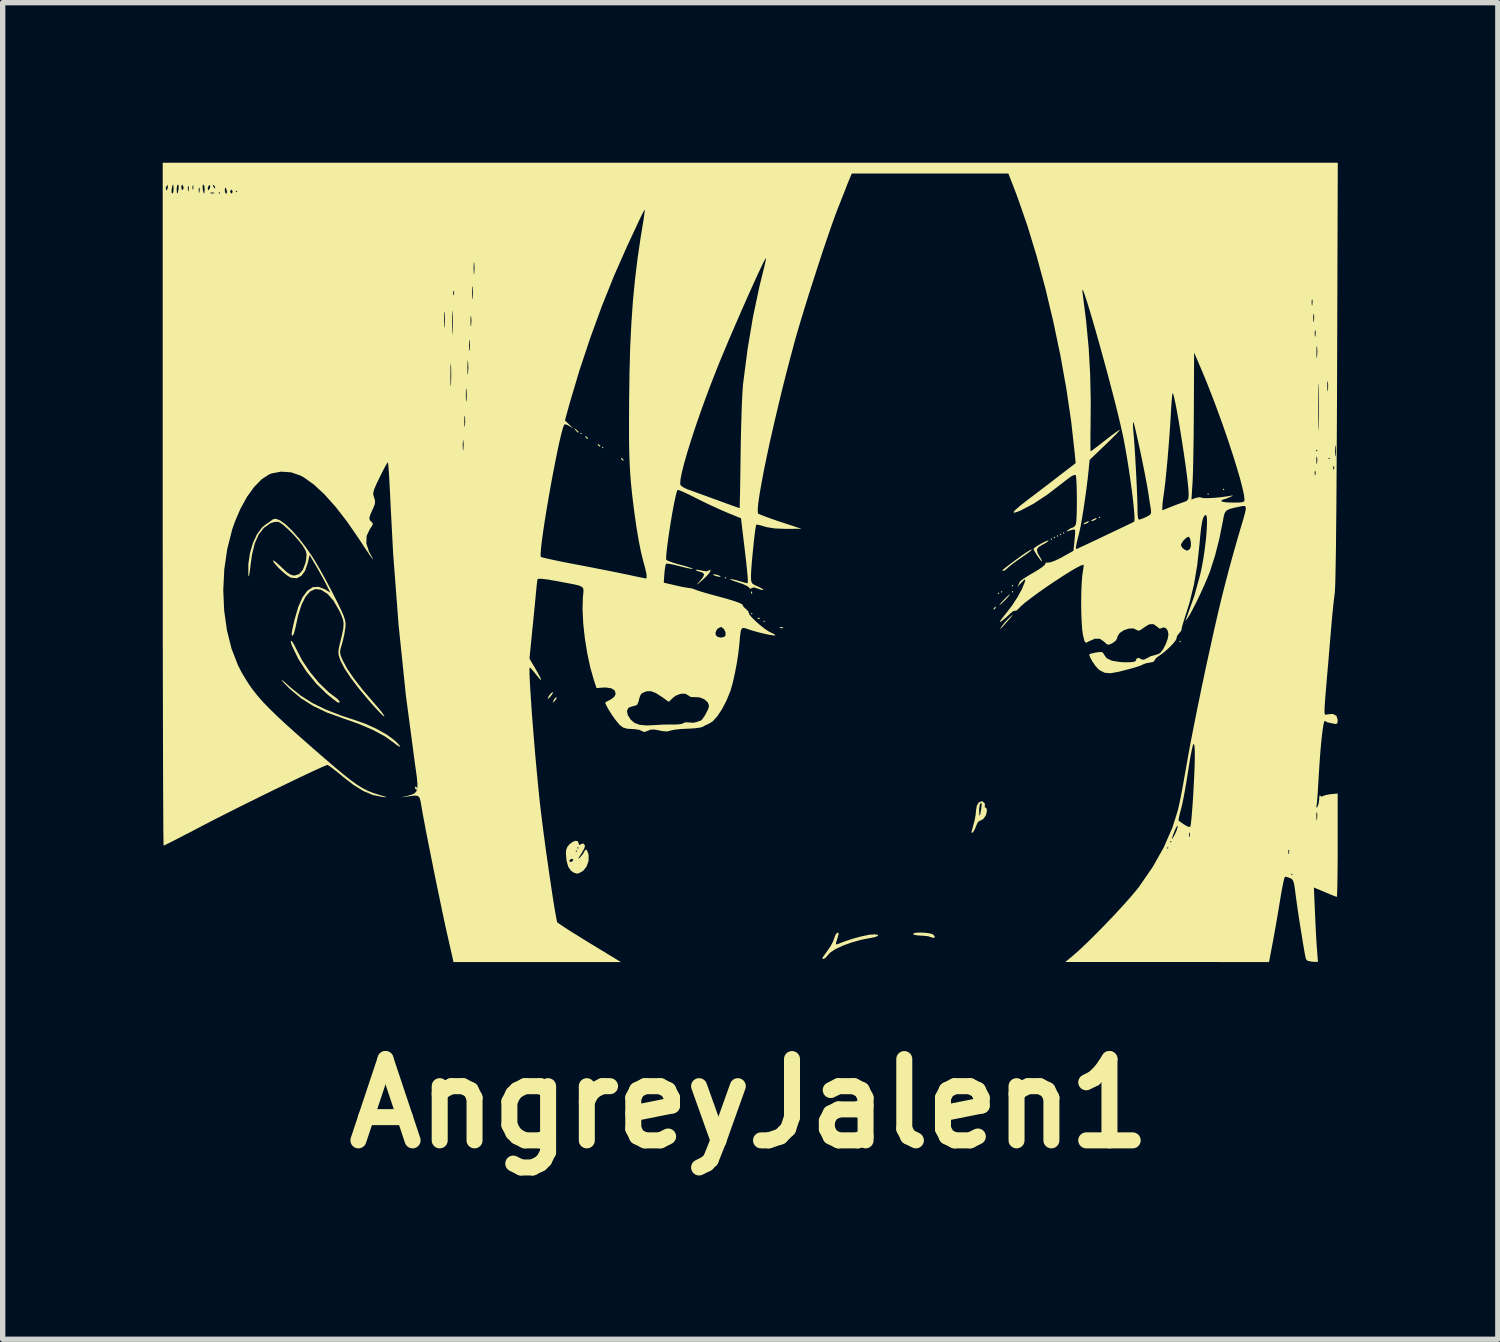
<source format=kicad_pcb>
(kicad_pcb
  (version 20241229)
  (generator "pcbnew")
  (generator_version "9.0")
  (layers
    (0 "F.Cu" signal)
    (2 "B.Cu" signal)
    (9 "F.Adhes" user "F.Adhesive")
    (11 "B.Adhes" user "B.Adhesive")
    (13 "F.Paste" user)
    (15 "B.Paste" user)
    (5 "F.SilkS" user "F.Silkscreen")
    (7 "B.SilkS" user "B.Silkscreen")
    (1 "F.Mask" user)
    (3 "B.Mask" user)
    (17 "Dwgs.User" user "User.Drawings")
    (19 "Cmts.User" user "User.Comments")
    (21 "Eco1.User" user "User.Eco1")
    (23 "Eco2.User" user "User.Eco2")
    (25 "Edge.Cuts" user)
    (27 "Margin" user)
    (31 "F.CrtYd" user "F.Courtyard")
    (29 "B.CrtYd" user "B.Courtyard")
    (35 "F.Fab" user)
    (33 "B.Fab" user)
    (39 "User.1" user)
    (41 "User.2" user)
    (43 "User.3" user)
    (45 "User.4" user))
  (footprint "AngreyJalen1"
    (layer "F.Cu")
    (at 10.998 7.477)
    (property "Reference" "AngreyJalen1" (at 0 10.16 0) (layer "F.SilkS") (effects (font (size 1.524 1.524) (thickness 0.3))))
    (attr board_only exclude_from_pos_files exclude_from_bom)
    (fp_poly (pts (xy -3.142 -2.4) (xy -3.157 -2.386) (xy -3.171 -2.4) (xy -3.157 -2.415)) (stroke (width 0) (type solid)) (fill yes) (layer "F.SilkS"))
    (fp_poly (pts (xy -2.735 -2.138) (xy -2.749 -2.124) (xy -2.764 -2.138) (xy -2.749 -2.153)) (stroke (width 0) (type solid)) (fill yes) (layer "F.SilkS"))
    (fp_poly (pts (xy -0.436 0.305) (xy -0.451 0.32) (xy -0.466 0.305) (xy -0.451 0.291)) (stroke (width 0) (type solid)) (fill yes) (layer "F.SilkS"))
    (fp_poly (pts (xy 0.058 0.975) (xy 0.044 0.989) (xy 0.029 0.975) (xy 0.044 0.96)) (stroke (width 0) (type solid)) (fill yes) (layer "F.SilkS"))
    (fp_poly (pts (xy 0.291 1.12) (xy 0.276 1.135) (xy 0.262 1.12) (xy 0.276 1.106)) (stroke (width 0) (type solid)) (fill yes) (layer "F.SilkS"))
    (fp_poly (pts (xy 4.684 0.596) (xy 4.67 0.611) (xy 4.655 0.596) (xy 4.67 0.582)) (stroke (width 0) (type solid)) (fill yes) (layer "F.SilkS"))
    (fp_poly (pts (xy 4.742 0.567) (xy 4.728 0.582) (xy 4.713 0.567) (xy 4.728 0.553)) (stroke (width 0) (type solid)) (fill yes) (layer "F.SilkS"))
    (fp_poly (pts (xy 4.946 0.451) (xy 4.932 0.466) (xy 4.917 0.451) (xy 4.932 0.436)) (stroke (width 0) (type solid)) (fill yes) (layer "F.SilkS"))
    (fp_poly (pts (xy 4.946 0.567) (xy 4.932 0.582) (xy 4.917 0.567) (xy 4.932 0.553)) (stroke (width 0) (type solid)) (fill yes) (layer "F.SilkS"))
    (fp_poly (pts (xy 5.674 -0.422) (xy 5.659 -0.407) (xy 5.644 -0.422) (xy 5.659 -0.436)) (stroke (width 0) (type solid)) (fill yes) (layer "F.SilkS"))
    (fp_poly (pts (xy 5.732 -0.451) (xy 5.717 -0.436) (xy 5.703 -0.451) (xy 5.717 -0.466)) (stroke (width 0) (type solid)) (fill yes) (layer "F.SilkS"))
    (fp_poly (pts (xy 5.79 -0.48) (xy 5.775 -0.466) (xy 5.761 -0.48) (xy 5.775 -0.495)) (stroke (width 0) (type solid)) (fill yes) (layer "F.SilkS"))
    (fp_poly (pts (xy 5.848 -0.509) (xy 5.834 -0.495) (xy 5.819 -0.509) (xy 5.834 -0.524)) (stroke (width 0) (type solid)) (fill yes) (layer "F.SilkS"))
    (fp_poly (pts (xy 5.906 -0.538) (xy 5.892 -0.524) (xy 5.877 -0.538) (xy 5.892 -0.553)) (stroke (width 0) (type solid)) (fill yes) (layer "F.SilkS"))
    (fp_poly (pts (xy 6.575 -0.829) (xy 6.561 -0.815) (xy 6.546 -0.829) (xy 6.561 -0.844)) (stroke (width 0) (type solid)) (fill yes) (layer "F.SilkS"))
    (fp_poly (pts (xy 8.088 1.498) (xy 8.074 1.513) (xy 8.059 1.498) (xy 8.074 1.484)) (stroke (width 0) (type solid)) (fill yes) (layer "F.SilkS"))
    (fp_poly (pts (xy 8.612 -1.266) (xy 8.598 -1.251) (xy 8.583 -1.266) (xy 8.598 -1.28)) (stroke (width 0) (type solid)) (fill yes) (layer "F.SilkS"))
    (fp_poly (pts (xy 8.903 -1.353) (xy 8.889 -1.338) (xy 8.874 -1.353) (xy 8.889 -1.367)) (stroke (width 0) (type solid)) (fill yes) (layer "F.SilkS"))
    (fp_poly (pts (xy 0.048 0.563) (xy 0.052 0.597) (xy 0.048 0.601) (xy 0.031 0.597) (xy 0.029 0.582) (xy 0.04 0.558)) (stroke (width 0) (type solid)) (fill yes) (layer "F.SilkS"))
    (fp_poly (pts (xy 0.194 1.057) (xy 0.19 1.074) (xy 0.175 1.077) (xy 0.151 1.066) (xy 0.155 1.057) (xy 0.19 1.054)) (stroke (width 0) (type solid)) (fill yes) (layer "F.SilkS"))
    (fp_poly (pts (xy 0.632 1.234) (xy 0.624 1.247) (xy 0.594 1.249) (xy 0.563 1.242) (xy 0.576 1.231) (xy 0.622 1.228)) (stroke (width 0) (type solid)) (fill yes) (layer "F.SilkS"))
    (fp_poly (pts (xy -3.619 2.575) (xy -3.649 2.612) (xy -3.685 2.644) (xy -3.686 2.633) (xy -3.667 2.594) (xy -3.636 2.55) (xy -3.614 2.544)) (stroke (width 0) (type solid)) (fill yes) (layer "F.SilkS"))
    (fp_poly (pts (xy -3.059 -2.345) (xy -3.028 -2.318) (xy -3.026 -2.311) (xy -3.04 -2.299) (xy -3.068 -2.326) (xy -3.072 -2.332) (xy -3.076 -2.352)) (stroke (width 0) (type solid)) (fill yes) (layer "F.SilkS"))
    (fp_poly (pts (xy -2.827 -2.199) (xy -2.796 -2.172) (xy -2.793 -2.166) (xy -2.807 -2.154) (xy -2.836 -2.181) (xy -2.84 -2.187) (xy -2.843 -2.207)) (stroke (width 0) (type solid)) (fill yes) (layer "F.SilkS"))
    (fp_poly (pts (xy -2.39 -1.938) (xy -2.359 -1.908) (xy -2.365 -1.891) (xy -2.37 -1.891) (xy -2.394 -1.912) (xy -2.403 -1.925) (xy -2.407 -1.945)) (stroke (width 0) (type solid)) (fill yes) (layer "F.SilkS"))
    (fp_poly (pts (xy -6.228 4.24) (xy -6.226 4.248) (xy -6.236 4.276) (xy -6.239 4.277) (xy -6.264 4.257) (xy -6.27 4.248) (xy -6.268 4.221) (xy -6.257 4.219)) (stroke (width 0) (type solid)) (fill yes) (layer "F.SilkS"))
    (fp_poly (pts (xy -3.272 -2.493) (xy -3.251 -2.477) (xy -3.211 -2.441) (xy -3.2 -2.426) (xy -3.215 -2.417) (xy -3.253 -2.455) (xy -3.262 -2.466) (xy -3.288 -2.5)) (stroke (width 0) (type solid)) (fill yes) (layer "F.SilkS"))
    (fp_poly (pts (xy -0.607 0.248) (xy -0.567 0.262) (xy -0.536 0.281) (xy -0.553 0.287) (xy -0.615 0.276) (xy -0.655 0.262) (xy -0.686 0.243) (xy -0.669 0.237)) (stroke (width 0) (type solid)) (fill yes) (layer "F.SilkS"))
    (fp_poly (pts (xy 4.617 0.863) (xy 4.612 0.873) (xy 4.584 0.901) (xy 4.579 0.902) (xy 4.577 0.883) (xy 4.582 0.873) (xy 4.61 0.845) (xy 4.615 0.844)) (stroke (width 0) (type solid)) (fill yes) (layer "F.SilkS"))
    (fp_poly (pts (xy 6.362 -0.744) (xy 6.343 -0.727) (xy 6.29 -0.703) (xy 6.27 -0.699) (xy 6.265 -0.711) (xy 6.285 -0.727) (xy 6.338 -0.752) (xy 6.357 -0.756)) (stroke (width 0) (type solid)) (fill yes) (layer "F.SilkS"))
    (fp_poly (pts (xy 6.508 -0.802) (xy 6.488 -0.786) (xy 6.435 -0.761) (xy 6.415 -0.757) (xy 6.41 -0.769) (xy 6.43 -0.786) (xy 6.483 -0.81) (xy 6.503 -0.814)) (stroke (width 0) (type solid)) (fill yes) (layer "F.SilkS"))
    (fp_poly (pts (xy -3.691 2.475) (xy -3.726 2.526) (xy -3.727 2.527) (xy -3.765 2.567) (xy -3.781 2.572) (xy -3.781 2.571) (xy -3.766 2.531) (xy -3.733 2.484) (xy -3.699 2.45) (xy -3.683 2.446)) (stroke (width 0) (type solid)) (fill yes) (layer "F.SilkS"))
    (fp_poly (pts (xy 4.875 0.629) (xy 4.835 0.677) (xy 4.801 0.713) (xy 4.741 0.772) (xy 4.698 0.809) (xy 4.687 0.815) (xy 4.697 0.796) (xy 4.738 0.749) (xy 4.772 0.713) (xy 4.832 0.654) (xy 4.874 0.617) (xy 4.885 0.611)) (stroke (width 0) (type solid)) (fill yes) (layer "F.SilkS"))
    (fp_poly (pts (xy 4.936 1.001) (xy 4.901 1.045) (xy 4.861 1.091) (xy 4.773 1.191) (xy 4.719 1.249) (xy 4.698 1.268) (xy 4.707 1.249) (xy 4.735 1.207) (xy 4.797 1.13) (xy 4.875 1.049) (xy 4.892 1.033) (xy 4.933 0.998)) (stroke (width 0) (type solid)) (fill yes) (layer "F.SilkS"))
    (fp_poly (pts (xy 3.303 6.959) (xy 3.383 6.97) (xy 3.439 6.988) (xy 3.447 6.993) (xy 3.476 7.031) (xy 3.462 7.054) (xy 3.416 7.047) (xy 3.403 7.04) (xy 3.349 7.023) (xy 3.264 7.014) (xy 3.224 7.012) (xy 3.139 7.006) (xy 3.082 6.992) (xy 3.07 6.983) (xy 3.082 6.965) (xy 3.136 6.956) (xy 3.215 6.954)) (stroke (width 0) (type solid)) (fill yes) (layer "F.SilkS"))
    (fp_poly (pts (xy -0.73 0.176) (xy -0.753 0.215) (xy -0.808 0.278) (xy -0.883 0.348) (xy -0.954 0.409) (xy -0.985 0.433) (xy -0.977 0.419) (xy -0.938 0.376) (xy -0.871 0.295) (xy -0.849 0.242) (xy -0.872 0.209) (xy -0.933 0.189) (xy -0.99 0.171) (xy -1.009 0.156) (xy -1.009 0.155) (xy -0.974 0.153) (xy -0.907 0.165) (xy -0.893 0.169) (xy -0.805 0.183) (xy -0.759 0.166) (xy -0.734 0.152)) (stroke (width 0) (type solid)) (fill yes) (layer "F.SilkS"))
    (fp_poly (pts (xy 5.295 -0.223) (xy 5.273 -0.201) (xy 5.213 -0.155) (xy 5.127 -0.095) (xy 5.094 -0.072) (xy 4.994 -0.002) (xy 4.907 0.063) (xy 4.85 0.111) (xy 4.842 0.119) (xy 4.793 0.161) (xy 4.755 0.176) (xy 4.742 0.163) (xy 4.764 0.142) (xy 4.822 0.096) (xy 4.904 0.033) (xy 4.997 -0.036) (xy 5.092 -0.104) (xy 5.175 -0.162) (xy 5.215 -0.188) (xy 5.269 -0.219) (xy 5.295 -0.225)) (stroke (width 0) (type solid)) (fill yes) (layer "F.SilkS"))
    (fp_poly (pts (xy 5.608 -0.395) (xy 5.593 -0.376) (xy 5.539 -0.341) (xy 5.502 -0.321) (xy 5.421 -0.273) (xy 5.389 -0.226) (xy 5.402 -0.164) (xy 5.44 -0.095) (xy 5.479 -0.026) (xy 5.484 -0.003) (xy 5.462 -0.022) (xy 5.415 -0.084) (xy 5.398 -0.109) (xy 5.354 -0.178) (xy 5.327 -0.227) (xy 5.324 -0.237) (xy 5.347 -0.261) (xy 5.404 -0.299) (xy 5.476 -0.341) (xy 5.546 -0.377) (xy 5.596 -0.396)) (stroke (width 0) (type solid)) (fill yes) (layer "F.SilkS"))
    (fp_poly (pts (xy -8.571 1.501) (xy -8.536 1.554) (xy -8.497 1.634) (xy -8.495 1.637) (xy -8.382 1.856) (xy -8.234 2.075) (xy -8.065 2.278) (xy -7.888 2.448) (xy -7.796 2.518) (xy -7.72 2.577) (xy -7.683 2.622) (xy -7.688 2.645) (xy -7.703 2.647) (xy -7.734 2.629) (xy -7.797 2.582) (xy -7.882 2.514) (xy -7.923 2.48) (xy -8.118 2.29) (xy -8.3 2.065) (xy -8.456 1.824) (xy -8.572 1.584) (xy -8.581 1.563) (xy -8.599 1.5) (xy -8.594 1.482)) (stroke (width 0) (type solid)) (fill yes) (layer "F.SilkS"))
    (fp_poly (pts (xy -8.728 2.247) (xy -8.65 2.315) (xy -8.604 2.357) (xy -8.411 2.513) (xy -8.191 2.652) (xy -7.935 2.777) (xy -7.635 2.893) (xy -7.405 2.968) (xy -7.189 3.045) (xy -6.981 3.14) (xy -6.797 3.244) (xy -6.663 3.343) (xy -6.596 3.405) (xy -6.554 3.452) (xy -6.546 3.471) (xy -6.575 3.462) (xy -6.631 3.424) (xy -6.677 3.387) (xy -6.839 3.273) (xy -7.051 3.158) (xy -7.309 3.048) (xy -7.604 2.943) (xy -7.611 2.941) (xy -7.919 2.83) (xy -8.18 2.705) (xy -8.407 2.561) (xy -8.61 2.391) (xy -8.635 2.366) (xy -8.722 2.279) (xy -8.765 2.23) (xy -8.767 2.219)) (stroke (width 0) (type solid)) (fill yes) (layer "F.SilkS"))
    (fp_poly (pts (xy 1.672 6.958) (xy 1.67 6.989) (xy 1.652 7.054) (xy 1.644 7.079) (xy 1.622 7.149) (xy 1.622 7.176) (xy 1.646 7.173) (xy 1.654 7.17) (xy 1.799 7.115) (xy 1.959 7.063) (xy 2.113 7.022) (xy 2.238 6.996) (xy 2.258 6.993) (xy 2.359 6.988) (xy 2.41 6.998) (xy 2.408 7.018) (xy 2.351 7.04) (xy 2.277 7.054) (xy 2.096 7.089) (xy 1.917 7.139) (xy 1.753 7.198) (xy 1.615 7.263) (xy 1.515 7.329) (xy 1.474 7.373) (xy 1.43 7.425) (xy 1.39 7.45) (xy 1.368 7.441) (xy 1.367 7.434) (xy 1.384 7.405) (xy 1.426 7.345) (xy 1.467 7.29) (xy 1.527 7.2) (xy 1.572 7.112) (xy 1.585 7.072) (xy 1.611 7) (xy 1.643 6.958)) (stroke (width 0) (type solid)) (fill yes) (layer "F.SilkS"))
    (fp_poly (pts (xy 4.375 4.498) (xy 4.414 4.537) (xy 4.413 4.572) (xy 4.412 4.609) (xy 4.425 4.61) (xy 4.444 4.623) (xy 4.452 4.676) (xy 4.452 4.678) (xy 4.432 4.757) (xy 4.385 4.824) (xy 4.325 4.858) (xy 4.313 4.859) (xy 4.284 4.884) (xy 4.253 4.945) (xy 4.248 4.96) (xy 4.22 5.028) (xy 4.191 5.073) (xy 4.17 5.089) (xy 4.164 5.067) (xy 4.173 5.031) (xy 4.219 4.863) (xy 4.242 4.736) (xy 4.247 4.668) (xy 4.248 4.662) (xy 4.306 4.662) (xy 4.309 4.742) (xy 4.316 4.764) (xy 4.329 4.729) (xy 4.345 4.637) (xy 4.346 4.631) (xy 4.354 4.55) (xy 4.343 4.522) (xy 4.336 4.524) (xy 4.317 4.562) (xy 4.307 4.635) (xy 4.306 4.662) (xy 4.248 4.662) (xy 4.263 4.573) (xy 4.302 4.511) (xy 4.357 4.493)) (stroke (width 0) (type solid)) (fill yes) (layer "F.SilkS"))
    (fp_poly (pts (xy -3.216 5.243) (xy -3.2 5.284) (xy -3.191 5.315) (xy -3.161 5.299) (xy -3.114 5.283) (xy -3.086 5.317) (xy -3.084 5.34) (xy -3.099 5.383) (xy -3.138 5.453) (xy -3.16 5.488) (xy -3.201 5.551) (xy -3.209 5.571) (xy -3.185 5.554) (xy -3.176 5.546) (xy -3.123 5.485) (xy -3.097 5.437) (xy -3.073 5.397) (xy -3.046 5.411) (xy -3.021 5.475) (xy -3.015 5.5) (xy -3.015 5.612) (xy -3.053 5.717) (xy -3.119 5.799) (xy -3.203 5.844) (xy -3.239 5.848) (xy -3.292 5.831) (xy -3.343 5.797) (xy -3.395 5.723) (xy -3.426 5.616) (xy -3.375 5.616) (xy -3.354 5.631) (xy -3.332 5.626) (xy -3.302 5.598) (xy -3.304 5.583) (xy -3.336 5.57) (xy -3.368 5.593) (xy -3.375 5.616) (xy -3.426 5.616) (xy -3.429 5.607) (xy -3.44 5.467) (xy -3.438 5.426) (xy -3.259 5.426) (xy -3.244 5.441) (xy -3.23 5.426) (xy -3.244 5.412) (xy -3.259 5.426) (xy -3.438 5.426) (xy -3.438 5.419) (xy -3.421 5.368) (xy -3.23 5.368) (xy -3.215 5.383) (xy -3.2 5.368) (xy -3.215 5.353) (xy -3.23 5.368) (xy -3.421 5.368) (xy -3.417 5.354) (xy -3.371 5.297) (xy -3.314 5.255) (xy -3.258 5.234)) (stroke (width 0) (type solid)) (fill yes) (layer "F.SilkS"))
    (fp_poly (pts (xy -8.795 -0.77) (xy -8.693 -0.696) (xy -8.576 -0.584) (xy -8.448 -0.44) (xy -8.314 -0.267) (xy -8.204 -0.108) (xy -8.129 0.012) (xy -8.038 0.169) (xy -7.94 0.346) (xy -7.844 0.527) (xy -7.793 0.626) (xy -7.709 0.793) (xy -7.649 0.919) (xy -7.608 1.012) (xy -7.584 1.082) (xy -7.572 1.138) (xy -7.57 1.191) (xy -7.574 1.241) (xy -7.593 1.36) (xy -7.623 1.493) (xy -7.639 1.55) (xy -7.666 1.64) (xy -7.674 1.703) (xy -7.661 1.763) (xy -7.626 1.846) (xy -7.617 1.865) (xy -7.535 2.015) (xy -7.412 2.194) (xy -7.255 2.397) (xy -7.067 2.616) (xy -7.034 2.654) (xy -6.951 2.749) (xy -6.887 2.829) (xy -6.848 2.885) (xy -6.842 2.903) (xy -6.863 2.892) (xy -6.915 2.844) (xy -6.99 2.765) (xy -7.082 2.664) (xy -7.111 2.63) (xy -7.313 2.39) (xy -7.47 2.184) (xy -7.586 2.01) (xy -7.661 1.866) (xy -7.671 1.841) (xy -7.696 1.767) (xy -7.705 1.706) (xy -7.699 1.637) (xy -7.677 1.536) (xy -7.672 1.518) (xy -7.635 1.364) (xy -7.613 1.252) (xy -7.607 1.167) (xy -7.617 1.093) (xy -7.644 1.017) (xy -7.687 0.924) (xy -7.691 0.916) (xy -7.795 0.735) (xy -7.905 0.608) (xy -8.025 0.531) (xy -8.039 0.526) (xy -8.14 0.515) (xy -8.234 0.56) (xy -8.32 0.658) (xy -8.395 0.807) (xy -8.458 1.004) (xy -8.495 1.171) (xy -8.517 1.272) (xy -8.539 1.349) (xy -8.557 1.384) (xy -8.557 1.384) (xy -8.575 1.387) (xy -8.581 1.361) (xy -8.573 1.299) (xy -8.551 1.194) (xy -8.525 1.084) (xy -8.456 0.847) (xy -8.377 0.669) (xy -8.287 0.547) (xy -8.187 0.481) (xy -8.076 0.473) (xy -7.953 0.522) (xy -7.95 0.524) (xy -7.855 0.582) (xy -7.932 0.429) (xy -7.986 0.325) (xy -8.056 0.199) (xy -8.126 0.077) (xy -8.127 0.076) (xy -8.245 -0.125) (xy -8.279 0.026) (xy -8.329 0.171) (xy -8.399 0.267) (xy -8.485 0.312) (xy -8.586 0.303) (xy -8.621 0.288) (xy -8.683 0.246) (xy -8.758 0.183) (xy -8.833 0.111) (xy -8.894 0.043) (xy -8.929 -0.007) (xy -8.932 -0.019) (xy -8.914 -0.017) (xy -8.865 0.02) (xy -8.795 0.083) (xy -8.774 0.104) (xy -8.681 0.191) (xy -8.61 0.241) (xy -8.55 0.26) (xy -8.526 0.262) (xy -8.44 0.234) (xy -8.371 0.155) (xy -8.323 0.029) (xy -8.308 -0.046) (xy -8.301 -0.132) (xy -8.316 -0.2) (xy -8.361 -0.278) (xy -8.374 -0.298) (xy -8.451 -0.397) (xy -8.543 -0.502) (xy -8.641 -0.6) (xy -8.731 -0.681) (xy -8.804 -0.733) (xy -8.832 -0.745) (xy -8.904 -0.743) (xy -8.98 -0.718) (xy -9.102 -0.631) (xy -9.199 -0.507) (xy -9.272 -0.342) (xy -9.324 -0.13) (xy -9.35 0.054) (xy -9.365 0.184) (xy -9.378 0.259) (xy -9.387 0.278) (xy -9.393 0.249) (xy -9.393 0.046) (xy -9.363 -0.156) (xy -9.308 -0.345) (xy -9.232 -0.51) (xy -9.139 -0.636) (xy -9.075 -0.691) (xy -9.001 -0.741) (xy -8.944 -0.783) (xy -8.936 -0.79) (xy -8.878 -0.803)) (stroke (width 0) (type solid)) (fill yes) (layer "F.SilkS"))
    (fp_poly (pts (xy 11.016 -3.557) (xy 11.014 -2.953) (xy 11.011 -2.391) (xy 11.008 -1.873) (xy 11.005 -1.4) (xy 11.002 -0.973) (xy 10.998 -0.595) (xy 10.995 -0.266) (xy 10.99 0.012) (xy 10.986 0.237) (xy 10.982 0.409) (xy 10.977 0.525) (xy 10.973 0.582) (xy 10.958 0.701) (xy 10.941 0.857) (xy 10.924 1.027) (xy 10.912 1.164) (xy 10.898 1.326) (xy 10.881 1.525) (xy 10.863 1.739) (xy 10.846 1.947) (xy 10.839 2.022) (xy 10.818 2.268) (xy 10.802 2.463) (xy 10.79 2.611) (xy 10.783 2.719) (xy 10.78 2.794) (xy 10.782 2.84) (xy 10.789 2.864) (xy 10.8 2.872) (xy 10.815 2.87) (xy 10.835 2.864) (xy 10.839 2.863) (xy 10.938 2.856) (xy 11.003 2.891) (xy 11.027 2.965) (xy 11.027 2.97) (xy 11.022 3.029) (xy 10.994 3.045) (xy 10.947 3.037) (xy 10.878 3.022) (xy 10.838 3.015) (xy 10.794 2.991) (xy 10.79 2.986) (xy 10.776 2.996) (xy 10.76 3.059) (xy 10.743 3.169) (xy 10.725 3.322) (xy 10.707 3.512) (xy 10.69 3.733) (xy 10.674 3.98) (xy 10.663 4.161) (xy 10.655 4.301) (xy 10.646 4.427) (xy 10.638 4.522) (xy 10.632 4.568) (xy 10.626 4.614) (xy 10.639 4.608) (xy 10.647 4.597) (xy 10.669 4.539) (xy 10.68 4.457) (xy 10.68 4.452) (xy 10.685 4.395) (xy 10.695 4.382) (xy 10.698 4.387) (xy 10.726 4.408) (xy 10.746 4.398) (xy 10.795 4.378) (xy 10.875 4.363) (xy 10.903 4.359) (xy 11.027 4.348) (xy 11.027 5.316) (xy 11.027 5.547) (xy 11.025 5.758) (xy 11.023 5.943) (xy 11.02 6.094) (xy 11.017 6.206) (xy 11.014 6.271) (xy 11.011 6.285) (xy 10.978 6.274) (xy 10.906 6.246) (xy 10.81 6.206) (xy 10.788 6.197) (xy 10.581 6.109) (xy 10.601 6.568) (xy 10.609 6.749) (xy 10.618 6.932) (xy 10.627 7.099) (xy 10.636 7.232) (xy 10.639 7.266) (xy 10.657 7.505) (xy 10.552 7.501) (xy 10.466 7.485) (xy 10.432 7.451) (xy 10.42 7.397) (xy 10.401 7.296) (xy 10.378 7.16) (xy 10.352 7) (xy 10.324 6.827) (xy 10.297 6.652) (xy 10.272 6.486) (xy 10.252 6.342) (xy 10.239 6.246) (xy 10.222 6.114) (xy 10.207 6.028) (xy 10.189 5.977) (xy 10.165 5.949) (xy 10.134 5.933) (xy 10.072 5.913) (xy 10.04 5.906) (xy 10.028 5.933) (xy 10.009 6.008) (xy 9.987 6.119) (xy 9.962 6.257) (xy 9.954 6.306) (xy 9.922 6.502) (xy 9.884 6.725) (xy 9.845 6.946) (xy 9.816 7.106) (xy 9.74 7.507) (xy 7.831 7.506) (xy 5.921 7.506) (xy 6.066 7.386) (xy 6.183 7.283) (xy 6.327 7.147) (xy 6.489 6.987) (xy 6.66 6.813) (xy 6.831 6.634) (xy 6.992 6.46) (xy 7.134 6.301) (xy 7.248 6.166) (xy 7.3 6.101) (xy 7.464 5.863) (xy 10.154 5.863) (xy 10.169 5.877) (xy 10.183 5.863) (xy 10.169 5.848) (xy 10.154 5.863) (xy 7.464 5.863) (xy 7.561 5.722) (xy 7.72 5.441) (xy 10.101 5.441) (xy 10.105 5.482) (xy 10.115 5.477) (xy 10.119 5.418) (xy 10.115 5.404) (xy 10.105 5.401) (xy 10.101 5.441) (xy 7.72 5.441) (xy 7.761 5.368) (xy 7.827 5.368) (xy 7.841 5.383) (xy 7.856 5.368) (xy 7.841 5.353) (xy 7.827 5.368) (xy 7.761 5.368) (xy 7.769 5.353) (xy 7.813 5.252) (xy 7.885 5.252) (xy 7.899 5.266) (xy 7.914 5.252) (xy 7.899 5.237) (xy 7.885 5.252) (xy 7.813 5.252) (xy 7.836 5.199) (xy 7.918 5.199) (xy 7.927 5.196) (xy 7.96 5.142) (xy 7.972 5.121) (xy 8.239 5.121) (xy 8.243 5.162) (xy 8.253 5.157) (xy 8.257 5.098) (xy 8.253 5.084) (xy 8.243 5.081) (xy 8.239 5.121) (xy 7.972 5.121) (xy 8.008 5.04) (xy 8.027 4.971) (xy 8.028 4.961) (xy 8.019 4.952) (xy 7.996 4.99) (xy 7.971 5.048) (xy 7.932 5.15) (xy 7.918 5.199) (xy 7.836 5.199) (xy 7.929 4.986) (xy 7.971 4.854) (xy 8.045 4.854) (xy 8.045 4.855) (xy 8.074 4.877) (xy 8.133 4.918) (xy 8.153 4.932) (xy 8.225 4.972) (xy 8.263 4.97) (xy 8.267 4.965) (xy 8.274 4.926) (xy 8.284 4.84) (xy 8.29 4.772) (xy 10.628 4.772) (xy 10.63 4.835) (xy 10.636 4.852) (xy 10.64 4.837) (xy 10.645 4.752) (xy 10.64 4.706) (xy 10.633 4.692) (xy 10.628 4.729) (xy 10.628 4.772) (xy 8.29 4.772) (xy 8.295 4.714) (xy 8.307 4.56) (xy 8.318 4.393) (xy 8.334 4.098) (xy 8.345 3.854) (xy 8.349 3.663) (xy 8.348 3.526) (xy 8.34 3.444) (xy 8.327 3.418) (xy 8.322 3.42) (xy 8.309 3.457) (xy 8.29 3.542) (xy 8.266 3.664) (xy 8.241 3.813) (xy 8.221 3.943) (xy 8.192 4.124) (xy 8.161 4.303) (xy 8.131 4.462) (xy 8.104 4.588) (xy 8.09 4.641) (xy 8.064 4.741) (xy 8.048 4.817) (xy 8.045 4.854) (xy 7.971 4.854) (xy 8.029 4.67) (xy 8.054 4.563) (xy 8.085 4.414) (xy 8.119 4.237) (xy 8.153 4.046) (xy 8.179 3.899) (xy 8.22 3.664) (xy 8.272 3.382) (xy 8.334 3.065) (xy 8.403 2.721) (xy 8.477 2.361) (xy 8.554 1.995) (xy 8.633 1.634) (xy 8.71 1.286) (xy 8.784 0.963) (xy 8.833 0.756) (xy 8.902 0.479) (xy 8.983 0.168) (xy 9.072 -0.155) (xy 9.161 -0.468) (xy 9.211 -0.637) (xy 9.259 -0.798) (xy 9.29 -0.912) (xy 9.305 -0.985) (xy 9.302 -1.026) (xy 9.284 -1.042) (xy 9.249 -1.042) (xy 9.217 -1.036) (xy 9.083 -1.008) (xy 8.993 -0.983) (xy 8.939 -0.953) (xy 8.908 -0.907) (xy 8.889 -0.838) (xy 8.876 -0.763) (xy 8.81 -0.433) (xy 8.729 -0.115) (xy 8.639 0.168) (xy 8.637 0.175) (xy 8.588 0.299) (xy 8.525 0.446) (xy 8.453 0.604) (xy 8.379 0.758) (xy 8.309 0.895) (xy 8.25 1.003) (xy 8.212 1.062) (xy 8.169 1.12) (xy 8.191 1.062) (xy 8.342 0.636) (xy 8.452 0.235) (xy 8.48 0.104) (xy 8.511 -0.066) (xy 8.536 -0.241) (xy 8.557 -0.411) (xy 8.57 -0.568) (xy 8.577 -0.702) (xy 8.577 -0.803) (xy 8.568 -0.861) (xy 8.557 -0.873) (xy 8.529 -0.86) (xy 8.505 -0.818) (xy 8.485 -0.74) (xy 8.466 -0.621) (xy 8.448 -0.452) (xy 8.438 -0.335) (xy 8.394 0.069) (xy 8.333 0.43) (xy 8.252 0.763) (xy 8.191 0.959) (xy 8.151 1.082) (xy 8.12 1.183) (xy 8.103 1.251) (xy 8.101 1.273) (xy 8.092 1.3) (xy 8.055 1.343) (xy 8.016 1.395) (xy 8.008 1.433) (xy 7.995 1.47) (xy 7.947 1.532) (xy 7.877 1.605) (xy 7.796 1.679) (xy 7.716 1.742) (xy 7.681 1.765) (xy 7.622 1.809) (xy 7.594 1.85) (xy 7.594 1.854) (xy 7.569 1.882) (xy 7.519 1.891) (xy 7.434 1.906) (xy 7.381 1.927) (xy 7.332 1.95) (xy 7.259 1.975) (xy 7.152 2.006) (xy 7.001 2.045) (xy 6.91 2.068) (xy 6.768 2.093) (xy 6.659 2.084) (xy 6.568 2.038) (xy 6.531 2.007) (xy 6.482 1.95) (xy 6.432 1.877) (xy 6.392 1.806) (xy 6.371 1.753) (xy 6.373 1.736) (xy 6.408 1.724) (xy 6.478 1.708) (xy 6.507 1.703) (xy 6.586 1.694) (xy 6.626 1.705) (xy 6.646 1.74) (xy 6.648 1.744) (xy 6.698 1.813) (xy 6.798 1.859) (xy 6.949 1.883) (xy 7.034 1.887) (xy 7.147 1.886) (xy 7.212 1.878) (xy 7.241 1.862) (xy 7.245 1.847) (xy 7.265 1.81) (xy 7.311 1.809) (xy 7.349 1.833) (xy 7.396 1.84) (xy 7.448 1.813) (xy 7.524 1.773) (xy 7.587 1.757) (xy 7.662 1.735) (xy 7.702 1.711) (xy 7.753 1.647) (xy 7.803 1.551) (xy 7.841 1.447) (xy 7.855 1.364) (xy 7.839 1.289) (xy 7.8 1.242) (xy 7.751 1.235) (xy 7.73 1.246) (xy 7.69 1.259) (xy 7.644 1.221) (xy 7.643 1.221) (xy 7.574 1.172) (xy 7.493 1.176) (xy 7.397 1.235) (xy 7.391 1.241) (xy 7.324 1.288) (xy 7.281 1.295) (xy 7.266 1.284) (xy 7.199 1.253) (xy 7.111 1.256) (xy 7.019 1.287) (xy 6.943 1.337) (xy 6.9 1.401) (xy 6.896 1.427) (xy 6.87 1.48) (xy 6.806 1.529) (xy 6.743 1.557) (xy 6.702 1.552) (xy 6.655 1.508) (xy 6.647 1.5) (xy 6.569 1.447) (xy 6.476 1.445) (xy 6.363 1.495) (xy 6.352 1.501) (xy 6.316 1.52) (xy 6.293 1.513) (xy 6.275 1.471) (xy 6.254 1.382) (xy 6.252 1.374) (xy 6.238 1.273) (xy 6.228 1.128) (xy 6.221 0.955) (xy 6.219 0.768) (xy 6.221 0.583) (xy 6.228 0.413) (xy 6.238 0.274) (xy 6.249 0.196) (xy 6.262 0.117) (xy 6.265 0.067) (xy 6.261 0.058) (xy 6.211 0.075) (xy 6.123 0.12) (xy 6.006 0.189) (xy 5.868 0.276) (xy 5.718 0.374) (xy 5.564 0.478) (xy 5.416 0.582) (xy 5.282 0.681) (xy 5.17 0.767) (xy 5.089 0.836) (xy 5.051 0.877) (xy 5.01 0.916) (xy 4.982 0.921) (xy 4.946 0.928) (xy 4.894 0.969) (xy 4.885 0.978) (xy 4.809 1.05) (xy 4.728 1.115) (xy 4.695 1.134) (xy 4.696 1.12) (xy 4.732 1.069) (xy 4.805 0.978) (xy 4.806 0.977) (xy 4.922 0.826) (xy 5.025 0.667) (xy 5.107 0.518) (xy 5.159 0.392) (xy 5.163 0.378) (xy 5.171 0.339) (xy 5.16 0.336) (xy 5.122 0.371) (xy 5.086 0.409) (xy 5.039 0.458) (xy 5.02 0.475) (xy 5.026 0.465) (xy 5.056 0.411) (xy 5.063 0.386) (xy 5.086 0.359) (xy 5.15 0.313) (xy 5.244 0.254) (xy 5.311 0.215) (xy 5.415 0.153) (xy 5.495 0.098) (xy 5.54 0.057) (xy 5.546 0.042) (xy 5.558 0.019) (xy 5.596 0.02) (xy 5.652 0.011) (xy 5.742 -0.023) (xy 5.85 -0.076) (xy 5.866 -0.086) (xy 6.074 -0.202) (xy 6.081 -0.266) (xy 6.119 -0.266) (xy 6.122 -0.241) (xy 6.134 -0.237) (xy 6.145 -0.241) (xy 6.182 -0.258) (xy 6.263 -0.296) (xy 6.287 -0.307) (xy 8.088 -0.307) (xy 8.112 -0.261) (xy 8.163 -0.22) (xy 8.209 -0.205) (xy 8.24 -0.223) (xy 8.26 -0.243) (xy 8.275 -0.291) (xy 8.275 -0.36) (xy 8.262 -0.425) (xy 8.239 -0.463) (xy 8.23 -0.466) (xy 8.186 -0.444) (xy 8.135 -0.393) (xy 8.097 -0.336) (xy 8.088 -0.307) (xy 6.287 -0.307) (xy 6.379 -0.35) (xy 6.521 -0.417) (xy 6.68 -0.493) (xy 6.692 -0.499) (xy 6.85 -0.574) (xy 6.989 -0.64) (xy 7.102 -0.694) (xy 7.179 -0.731) (xy 7.212 -0.748) (xy 7.213 -0.748) (xy 7.219 -0.783) (xy 7.217 -0.867) (xy 7.207 -0.991) (xy 7.191 -1.148) (xy 7.169 -1.329) (xy 7.142 -1.526) (xy 7.112 -1.731) (xy 7.08 -1.934) (xy 7.046 -2.129) (xy 7.013 -2.306) (xy 6.996 -2.386) (xy 6.962 -2.537) (xy 7.19 -2.537) (xy 7.197 -2.444) (xy 7.197 -2.444) (xy 7.208 -2.316) (xy 7.22 -2.151) (xy 7.232 -1.961) (xy 7.243 -1.758) (xy 7.254 -1.553) (xy 7.263 -1.36) (xy 7.27 -1.189) (xy 7.274 -1.053) (xy 7.275 -0.967) (xy 7.278 -0.869) (xy 7.288 -0.805) (xy 7.301 -0.786) (xy 7.344 -0.797) (xy 7.415 -0.826) (xy 7.436 -0.836) (xy 7.503 -0.873) (xy 7.529 -0.91) (xy 7.527 -0.961) (xy 7.739 -0.961) (xy 7.892 -1.022) (xy 7.997 -1.063) (xy 8.097 -1.1) (xy 8.139 -1.114) (xy 8.2 -1.139) (xy 8.217 -1.163) (xy 8.286 -1.163) (xy 8.365 -1.193) (xy 8.438 -1.208) (xy 8.477 -1.197) (xy 8.52 -1.189) (xy 8.605 -1.189) (xy 8.717 -1.195) (xy 8.841 -1.207) (xy 8.963 -1.224) (xy 9.019 -1.234) (xy 9.061 -1.241) (xy 9.054 -1.232) (xy 9.005 -1.208) (xy 8.934 -1.179) (xy 8.882 -1.165) (xy 8.881 -1.165) (xy 8.847 -1.145) (xy 8.845 -1.135) (xy 8.872 -1.12) (xy 8.945 -1.11) (xy 9.053 -1.106) (xy 9.063 -1.106) (xy 9.176 -1.107) (xy 9.242 -1.114) (xy 9.273 -1.129) (xy 9.281 -1.155) (xy 9.281 -1.157) (xy 9.27 -1.25) (xy 9.24 -1.391) (xy 9.193 -1.571) (xy 9.167 -1.658) (xy 10.595 -1.658) (xy 10.6 -1.617) (xy 10.61 -1.622) (xy 10.614 -1.682) (xy 10.61 -1.695) (xy 10.599 -1.698) (xy 10.595 -1.658) (xy 9.167 -1.658) (xy 9.136 -1.763) (xy 10.942 -1.763) (xy 10.947 -1.725) (xy 10.957 -1.724) (xy 10.964 -1.763) (xy 10.96 -1.78) (xy 10.947 -1.791) (xy 10.942 -1.763) (xy 9.136 -1.763) (xy 9.13 -1.783) (xy 9.092 -1.906) (xy 10.627 -1.906) (xy 10.629 -1.846) (xy 10.636 -1.83) (xy 10.64 -1.84) (xy 10.645 -1.91) (xy 10.643 -1.935) (xy 10.852 -1.935) (xy 10.867 -1.92) (xy 10.882 -1.935) (xy 10.867 -1.949) (xy 10.852 -1.935) (xy 10.643 -1.935) (xy 10.64 -1.956) (xy 10.633 -1.972) (xy 10.628 -1.937) (xy 10.627 -1.906) (xy 9.092 -1.906) (xy 9.056 -2.021) (xy 9.036 -2.08) (xy 10.62 -2.08) (xy 10.634 -2.066) (xy 10.649 -2.08) (xy 10.978 -2.08) (xy 10.979 -2.003) (xy 10.984 -1.969) (xy 10.99 -1.985) (xy 10.995 -2.074) (xy 10.99 -2.16) (xy 10.984 -2.184) (xy 10.98 -2.156) (xy 10.978 -2.082) (xy 10.978 -2.08) (xy 10.649 -2.08) (xy 10.634 -2.095) (xy 10.62 -2.08) (xy 9.036 -2.08) (xy 8.971 -2.278) (xy 8.879 -2.545) (xy 8.781 -2.816) (xy 8.752 -2.895) (xy 10.661 -2.895) (xy 10.662 -2.719) (xy 10.663 -2.585) (xy 10.664 -2.495) (xy 10.666 -2.453) (xy 10.668 -2.463) (xy 10.67 -2.528) (xy 10.671 -2.54) (xy 10.674 -2.729) (xy 10.674 -2.94) (xy 10.673 -3.145) (xy 10.671 -3.268) (xy 10.67 -3.288) (xy 10.832 -3.288) (xy 10.834 -3.216) (xy 10.839 -3.189) (xy 10.844 -3.208) (xy 10.849 -3.302) (xy 10.844 -3.368) (xy 10.838 -3.386) (xy 10.833 -3.353) (xy 10.832 -3.288) (xy 10.67 -3.288) (xy 10.668 -3.335) (xy 10.666 -3.347) (xy 10.664 -3.308) (xy 10.663 -3.221) (xy 10.662 -3.09) (xy 10.661 -2.918) (xy 10.661 -2.895) (xy 8.752 -2.895) (xy 8.68 -3.085) (xy 8.579 -3.343) (xy 8.48 -3.583) (xy 8.462 -3.625) (xy 8.336 -3.919) (xy 8.331 -2.854) (xy 8.329 -2.595) (xy 8.327 -2.34) (xy 8.323 -2.1) (xy 8.319 -1.882) (xy 8.315 -1.697) (xy 8.31 -1.554) (xy 8.306 -1.476) (xy 8.286 -1.163) (xy 8.217 -1.163) (xy 8.227 -1.176) (xy 8.234 -1.245) (xy 8.234 -1.267) (xy 8.229 -1.353) (xy 8.217 -1.48) (xy 8.198 -1.639) (xy 8.173 -1.823) (xy 8.144 -2.023) (xy 8.113 -2.229) (xy 8.08 -2.434) (xy 8.048 -2.629) (xy 8.016 -2.806) (xy 7.988 -2.956) (xy 7.963 -3.071) (xy 7.944 -3.142) (xy 7.935 -3.16) (xy 7.928 -3.138) (xy 7.92 -3.068) (xy 7.911 -2.961) (xy 7.903 -2.825) (xy 7.901 -2.787) (xy 7.889 -2.591) (xy 7.874 -2.37) (xy 7.856 -2.139) (xy 7.837 -1.908) (xy 7.816 -1.691) (xy 7.797 -1.499) (xy 7.778 -1.344) (xy 7.767 -1.266) (xy 7.752 -1.16) (xy 7.742 -1.069) (xy 7.74 -1.026) (xy 7.739 -0.961) (xy 7.527 -0.961) (xy 7.526 -0.971) (xy 7.524 -0.989) (xy 7.51 -1.073) (xy 7.492 -1.187) (xy 7.478 -1.284) (xy 7.461 -1.384) (xy 7.437 -1.516) (xy 7.407 -1.673) (xy 7.373 -1.843) (xy 7.337 -2.017) (xy 7.301 -2.185) (xy 7.267 -2.339) (xy 7.238 -2.467) (xy 7.214 -2.561) (xy 7.2 -2.611) (xy 7.197 -2.616) (xy 7.19 -2.599) (xy 7.19 -2.537) (xy 6.962 -2.537) (xy 6.96 -2.548) (xy 6.915 -2.736) (xy 6.864 -2.943) (xy 6.807 -3.165) (xy 6.746 -3.397) (xy 6.683 -3.632) (xy 6.619 -3.867) (xy 6.602 -3.928) (xy 10.629 -3.928) (xy 10.631 -3.848) (xy 10.634 -3.812) (xy 10.64 -3.828) (xy 10.641 -3.833) (xy 10.646 -3.935) (xy 10.641 -4.022) (xy 10.635 -4.044) (xy 10.631 -4.015) (xy 10.629 -3.94) (xy 10.629 -3.928) (xy 6.602 -3.928) (xy 6.555 -4.096) (xy 6.504 -4.277) (xy 10.597 -4.277) (xy 10.6 -4.224) (xy 10.608 -4.218) (xy 10.611 -4.226) (xy 10.615 -4.3) (xy 10.611 -4.328) (xy 10.602 -4.337) (xy 10.598 -4.297) (xy 10.597 -4.277) (xy 6.504 -4.277) (xy 6.494 -4.314) (xy 6.436 -4.515) (xy 6.42 -4.568) (xy 10.569 -4.568) (xy 10.572 -4.505) (xy 10.578 -4.488) (xy 10.582 -4.502) (xy 10.587 -4.587) (xy 10.582 -4.633) (xy 10.575 -4.647) (xy 10.57 -4.611) (xy 10.569 -4.568) (xy 6.42 -4.568) (xy 6.382 -4.695) (xy 6.335 -4.848) (xy 6.332 -4.859) (xy 10.539 -4.859) (xy 10.542 -4.806) (xy 10.55 -4.8) (xy 10.552 -4.808) (xy 10.557 -4.882) (xy 10.552 -4.91) (xy 10.544 -4.919) (xy 10.539 -4.879) (xy 10.539 -4.859) (xy 6.332 -4.859) (xy 6.296 -4.969) (xy 6.266 -5.054) (xy 6.247 -5.096) (xy 6.24 -5.091) (xy 6.243 -5.053) (xy 6.311 -4.516) (xy 6.359 -4.012) (xy 6.387 -3.519) (xy 6.398 -3.017) (xy 6.396 -2.684) (xy 6.394 -2.501) (xy 6.392 -2.34) (xy 6.392 -2.209) (xy 6.393 -2.116) (xy 6.395 -2.069) (xy 6.396 -2.066) (xy 6.422 -2.083) (xy 6.483 -2.129) (xy 6.571 -2.196) (xy 6.665 -2.269) (xy 6.77 -2.351) (xy 6.858 -2.416) (xy 6.921 -2.459) (xy 6.946 -2.472) (xy 6.934 -2.453) (xy 6.887 -2.401) (xy 6.811 -2.324) (xy 6.713 -2.228) (xy 6.672 -2.189) (xy 6.377 -1.906) (xy 6.357 -1.702) (xy 6.34 -1.545) (xy 6.317 -1.362) (xy 6.29 -1.168) (xy 6.262 -0.977) (xy 6.233 -0.801) (xy 6.207 -0.656) (xy 6.185 -0.554) (xy 6.185 -0.553) (xy 6.15 -0.413) (xy 6.129 -0.32) (xy 6.119 -0.266) (xy 6.081 -0.266) (xy 6.094 -0.394) (xy 6.103 -0.494) (xy 6.106 -0.568) (xy 6.102 -0.6) (xy 6.069 -0.6) (xy 6.006 -0.583) (xy 6.005 -0.583) (xy 5.95 -0.564) (xy 5.945 -0.57) (xy 5.977 -0.596) (xy 6.035 -0.631) (xy 6.068 -0.64) (xy 6.102 -0.665) (xy 6.121 -0.706) (xy 6.128 -0.763) (xy 6.134 -0.862) (xy 6.137 -0.989) (xy 6.138 -1.131) (xy 6.137 -1.276) (xy 6.134 -1.41) (xy 6.129 -1.522) (xy 6.122 -1.597) (xy 6.116 -1.621) (xy 6.087 -1.625) (xy 6.026 -1.593) (xy 5.929 -1.521) (xy 5.876 -1.479) (xy 5.586 -1.256) (xy 5.324 -1.083) (xy 5.091 -0.961) (xy 5.018 -0.931) (xy 4.961 -0.915) (xy 4.951 -0.929) (xy 4.99 -0.973) (xy 5.077 -1.048) (xy 5.213 -1.155) (xy 5.23 -1.168) (xy 5.374 -1.277) (xy 5.541 -1.404) (xy 5.707 -1.531) (xy 5.814 -1.614) (xy 6.115 -1.845) (xy 6.096 -2.05) (xy 6.031 -2.631) (xy 5.941 -3.241) (xy 5.829 -3.866) (xy 5.697 -4.495) (xy 5.549 -5.117) (xy 5.386 -5.72) (xy 5.212 -6.292) (xy 5.028 -6.822) (xy 4.97 -6.976) (xy 4.854 -7.274) (xy 1.919 -7.274) (xy 1.879 -7.179) (xy 1.841 -7.087) (xy 1.801 -6.984) (xy 1.795 -6.968) (xy 1.762 -6.885) (xy 1.717 -6.77) (xy 1.668 -6.646) (xy 1.659 -6.624) (xy 1.607 -6.487) (xy 1.541 -6.304) (xy 1.465 -6.083) (xy 1.381 -5.835) (xy 1.293 -5.568) (xy 1.204 -5.292) (xy 1.116 -5.017) (xy 1.033 -4.75) (xy 0.958 -4.503) (xy 0.893 -4.284) (xy 0.858 -4.161) (xy 0.773 -3.844) (xy 0.688 -3.52) (xy 0.606 -3.193) (xy 0.528 -2.869) (xy 0.454 -2.553) (xy 0.385 -2.25) (xy 0.324 -1.964) (xy 0.27 -1.702) (xy 0.226 -1.468) (xy 0.191 -1.268) (xy 0.167 -1.105) (xy 0.156 -0.986) (xy 0.158 -0.916) (xy 0.164 -0.9) (xy 0.201 -0.882) (xy 0.282 -0.85) (xy 0.396 -0.808) (xy 0.534 -0.76) (xy 0.583 -0.744) (xy 0.975 -0.615) (xy 0.696 -0.613) (xy 0.483 -0.62) (xy 0.321 -0.646) (xy 0.28 -0.658) (xy 0.198 -0.682) (xy 0.142 -0.693) (xy 0.128 -0.691) (xy 0.12 -0.657) (xy 0.107 -0.577) (xy 0.093 -0.463) (xy 0.078 -0.326) (xy 0.063 -0.179) (xy 0.049 -0.033) (xy 0.038 0.1) (xy 0.031 0.209) (xy 0.029 0.271) (xy 0.032 0.357) (xy 0.049 0.406) (xy 0.094 0.438) (xy 0.145 0.46) (xy 0.216 0.494) (xy 0.257 0.522) (xy 0.262 0.529) (xy 0.238 0.533) (xy 0.18 0.515) (xy 0.162 0.508) (xy 0.085 0.484) (xy 0.046 0.493) (xy 0.041 0.499) (xy 0.016 0.511) (xy -0.003 0.489) (xy -0.042 0.459) (xy -0.119 0.422) (xy -0.202 0.393) (xy -0.291 0.364) (xy -0.35 0.34) (xy -0.367 0.328) (xy -0.335 0.329) (xy -0.265 0.344) (xy -0.201 0.362) (xy -0.115 0.387) (xy -0.055 0.403) (xy -0.038 0.407) (xy -0.031 0.394) (xy -0.03 0.352) (xy -0.034 0.275) (xy -0.045 0.157) (xy -0.062 -0.006) (xy -0.087 -0.22) (xy -0.093 -0.268) (xy -0.158 -0.812) (xy -0.421 -0.919) (xy -0.558 -0.979) (xy -0.723 -1.054) (xy -0.893 -1.136) (xy -1.011 -1.195) (xy -1.135 -1.257) (xy -1.239 -1.306) (xy -1.313 -1.336) (xy -1.348 -1.344) (xy -1.349 -1.344) (xy -1.367 -1.292) (xy -1.39 -1.196) (xy -1.417 -1.065) (xy -1.446 -0.911) (xy -1.474 -0.743) (xy -1.501 -0.572) (xy -1.525 -0.408) (xy -1.544 -0.261) (xy -1.557 -0.143) (xy -1.562 -0.062) (xy -1.558 -0.032) (xy -1.524 -0.013) (xy -1.448 0.015) (xy -1.343 0.047) (xy -1.294 0.06) (xy -1.186 0.09) (xy -1.104 0.116) (xy -1.062 0.133) (xy -1.059 0.138) (xy -1.091 0.136) (xy -1.164 0.122) (xy -1.267 0.097) (xy -1.308 0.086) (xy -1.418 0.059) (xy -1.506 0.042) (xy -1.557 0.038) (xy -1.563 0.041) (xy -1.575 0.078) (xy -1.587 0.154) (xy -1.594 0.227) (xy -1.606 0.395) (xy -1.392 0.445) (xy -1.281 0.47) (xy -1.188 0.487) (xy -1.13 0.495) (xy -1.127 0.495) (xy -1.057 0.509) (xy -1.025 0.522) (xy -0.98 0.539) (xy -0.89 0.568) (xy -0.766 0.604) (xy -0.62 0.644) (xy -0.553 0.662) (xy -0.398 0.705) (xy -0.271 0.745) (xy -0.181 0.778) (xy -0.135 0.802) (xy -0.131 0.808) (xy -0.109 0.849) (xy -0.065 0.889) (xy -0.022 0.93) (xy -0.013 0.958) (xy -0.002 0.991) (xy 0.045 1.047) (xy 0.116 1.117) (xy 0.2 1.191) (xy 0.286 1.259) (xy 0.362 1.31) (xy 0.396 1.327) (xy 0.459 1.358) (xy 0.488 1.38) (xy 0.487 1.384) (xy 0.453 1.385) (xy 0.378 1.373) (xy 0.277 1.352) (xy 0.164 1.324) (xy 0.054 1.293) (xy -0.022 1.268) (xy -0.082 1.248) (xy -0.122 1.243) (xy -0.148 1.262) (xy -0.164 1.312) (xy -0.176 1.403) (xy -0.188 1.543) (xy -0.189 1.557) (xy -0.209 1.726) (xy -0.238 1.915) (xy -0.275 2.105) (xy -0.314 2.278) (xy -0.353 2.414) (xy -0.359 2.432) (xy -0.432 2.61) (xy -0.516 2.77) (xy -0.604 2.902) (xy -0.69 2.996) (xy -0.765 3.042) (xy -0.835 3.073) (xy -0.87 3.095) (xy -0.916 3.11) (xy -1.005 3.123) (xy -1.119 3.131) (xy -1.166 3.133) (xy -1.289 3.139) (xy -1.395 3.15) (xy -1.466 3.164) (xy -1.48 3.169) (xy -1.545 3.185) (xy -1.642 3.176) (xy -1.685 3.166) (xy -1.785 3.148) (xy -1.854 3.151) (xy -1.906 3.172) (xy -1.969 3.195) (xy -2.01 3.18) (xy -2.014 3.177) (xy -2.062 3.155) (xy -2.144 3.142) (xy -2.181 3.14) (xy -2.291 3.133) (xy -2.369 3.11) (xy -2.435 3.059) (xy -2.509 2.969) (xy -2.51 2.968) (xy -2.572 2.881) (xy -2.626 2.796) (xy -2.296 2.796) (xy -2.281 2.876) (xy -2.226 2.962) (xy -2.154 3.024) (xy -2.057 3.06) (xy -1.925 3.072) (xy -1.76 3.064) (xy -1.646 3.057) (xy -1.511 3.054) (xy -1.436 3.055) (xy -1.339 3.052) (xy -1.267 3.042) (xy -1.238 3.029) (xy -1.2 3.012) (xy -1.134 3.016) (xy -1.055 3.021) (xy -0.997 3.01) (xy -0.94 2.989) (xy -0.917 2.985) (xy -0.886 2.959) (xy -0.843 2.898) (xy -0.8 2.821) (xy -0.768 2.748) (xy -0.757 2.701) (xy -0.782 2.637) (xy -0.846 2.581) (xy -0.931 2.546) (xy -1.009 2.541) (xy -1.098 2.539) (xy -1.136 2.515) (xy -1.202 2.477) (xy -1.29 2.478) (xy -1.382 2.514) (xy -1.431 2.551) (xy -1.512 2.629) (xy -1.636 2.54) (xy -1.75 2.467) (xy -1.837 2.431) (xy -1.913 2.429) (xy -1.961 2.443) (xy -2.012 2.467) (xy -2.042 2.501) (xy -2.064 2.563) (xy -2.078 2.624) (xy -2.103 2.682) (xy -2.158 2.707) (xy -2.189 2.711) (xy -2.265 2.739) (xy -2.296 2.796) (xy -2.626 2.796) (xy -2.629 2.792) (xy -2.674 2.713) (xy -2.7 2.657) (xy -2.701 2.638) (xy -2.595 2.582) (xy -2.535 2.536) (xy -2.51 2.491) (xy -2.508 2.481) (xy -2.523 2.418) (xy -2.587 2.376) (xy -2.691 2.36) (xy -2.745 2.362) (xy -2.866 2.371) (xy -2.917 2.217) (xy -2.984 1.98) (xy -3.041 1.712) (xy -3.086 1.43) (xy -3.097 1.329) (xy -0.635 1.329) (xy -0.631 1.378) (xy -0.592 1.414) (xy -0.529 1.425) (xy -0.471 1.41) (xy -0.448 1.384) (xy -0.448 1.325) (xy -0.477 1.266) (xy -0.521 1.23) (xy -0.544 1.228) (xy -0.604 1.264) (xy -0.635 1.329) (xy -3.097 1.329) (xy -3.116 1.151) (xy -3.128 0.892) (xy -3.122 0.673) (xy -3.114 0.597) (xy -3.11 0.541) (xy -3.117 0.501) (xy -3.143 0.472) (xy -3.195 0.449) (xy -3.281 0.428) (xy -3.408 0.404) (xy -3.583 0.371) (xy -3.603 0.367) (xy -3.772 0.338) (xy -3.888 0.323) (xy -3.954 0.322) (xy -3.972 0.332) (xy -3.979 0.375) (xy -3.989 0.459) (xy -3.999 0.565) (xy -4 0.567) (xy -4.009 0.665) (xy -4.022 0.806) (xy -4.039 0.976) (xy -4.057 1.161) (xy -4.071 1.295) (xy -4.123 1.818) (xy -4.011 2.009) (xy -3.945 2.126) (xy -3.91 2.197) (xy -3.905 2.222) (xy -3.932 2.199) (xy -3.99 2.129) (xy -4.003 2.112) (xy -4.061 2.041) (xy -4.103 1.995) (xy -4.119 1.986) (xy -4.123 2.02) (xy -4.122 2.106) (xy -4.117 2.236) (xy -4.107 2.405) (xy -4.094 2.604) (xy -4.079 2.828) (xy -4.06 3.071) (xy -4.04 3.324) (xy -4.018 3.583) (xy -3.995 3.839) (xy -3.972 4.087) (xy -3.949 4.319) (xy -3.927 4.53) (xy -3.926 4.539) (xy -3.903 4.73) (xy -3.877 4.943) (xy -3.847 5.172) (xy -3.815 5.41) (xy -3.781 5.648) (xy -3.748 5.881) (xy -3.715 6.101) (xy -3.685 6.301) (xy -3.657 6.475) (xy -3.633 6.614) (xy -3.615 6.711) (xy -3.602 6.761) (xy -3.6 6.766) (xy -3.574 6.783) (xy -3.515 6.823) (xy -3.456 6.863) (xy -3.385 6.909) (xy -3.276 6.977) (xy -3.14 7.062) (xy -2.987 7.156) (xy -2.863 7.231) (xy -2.409 7.507) (xy -5.547 7.507) (xy -5.667 6.976) (xy -5.708 6.792) (xy -5.755 6.57) (xy -5.807 6.32) (xy -5.863 6.053) (xy -5.919 5.778) (xy -5.973 5.505) (xy -6.025 5.246) (xy -6.071 5.01) (xy -6.109 4.807) (xy -6.138 4.648) (xy -6.144 4.612) (xy -6.164 4.495) (xy -6.184 4.425) (xy -6.217 4.392) (xy -6.275 4.386) (xy -6.372 4.398) (xy -6.415 4.405) (xy -6.532 4.421) (xy -6.412 4.392) (xy -6.335 4.371) (xy -6.28 4.347) (xy -6.244 4.31) (xy -6.226 4.253) (xy -6.223 4.168) (xy -6.234 4.045) (xy -6.257 3.877) (xy -6.27 3.787) (xy -6.44 2.506) (xy -6.576 1.193) (xy -6.677 -0.132) (xy -6.678 -0.143) (xy -3.914 -0.143) (xy -3.911 -0.092) (xy -3.909 -0.088) (xy -3.874 -0.076) (xy -3.791 -0.056) (xy -3.667 -0.029) (xy -3.512 0.003) (xy -3.334 0.038) (xy -3.244 0.055) (xy -3.034 0.095) (xy -2.82 0.137) (xy -2.617 0.177) (xy -2.44 0.213) (xy -2.303 0.241) (xy -2.284 0.245) (xy -2.154 0.273) (xy -2.044 0.296) (xy -1.968 0.312) (xy -1.938 0.317) (xy -1.926 0.294) (xy -1.93 0.235) (xy -1.931 0.225) (xy -1.951 0.14) (xy -1.979 0.032) (xy -1.992 -0.015) (xy -2.032 -0.177) (xy -2.074 -0.387) (xy -2.116 -0.634) (xy -2.155 -0.906) (xy -2.191 -1.192) (xy -2.209 -1.357) (xy -2.219 -1.459) (xy -1.298 -1.459) (xy -1.292 -1.434) (xy -1.248 -1.397) (xy -1.173 -1.359) (xy -1.149 -1.35) (xy -1.08 -1.326) (xy -0.971 -1.286) (xy -0.832 -1.236) (xy -0.678 -1.179) (xy -0.611 -1.155) (xy -0.466 -1.102) (xy -0.341 -1.057) (xy -0.247 -1.023) (xy -0.193 -1.005) (xy -0.184 -1.002) (xy -0.182 -1.031) (xy -0.18 -1.111) (xy -0.177 -1.236) (xy -0.174 -1.4) (xy -0.171 -1.595) (xy -0.168 -1.816) (xy -0.165 -2.023) (xy -0.161 -2.276) (xy -0.155 -2.523) (xy -0.148 -2.756) (xy -0.141 -2.965) (xy -0.132 -3.14) (xy -0.124 -3.273) (xy -0.119 -3.331) (xy -0.034 -3.987) (xy 0.068 -4.593) (xy 0.187 -5.155) (xy 0.247 -5.398) (xy 0.277 -5.518) (xy 0.299 -5.615) (xy 0.311 -5.677) (xy 0.311 -5.692) (xy 0.296 -5.671) (xy 0.26 -5.603) (xy 0.208 -5.494) (xy 0.141 -5.351) (xy 0.063 -5.18) (xy -0.023 -4.988) (xy -0.115 -4.78) (xy -0.209 -4.565) (xy -0.303 -4.347) (xy -0.395 -4.134) (xy -0.48 -3.931) (xy -0.557 -3.746) (xy -0.601 -3.637) (xy -0.713 -3.351) (xy -0.821 -3.065) (xy -0.922 -2.785) (xy -1.015 -2.516) (xy -1.097 -2.265) (xy -1.168 -2.036) (xy -1.225 -1.835) (xy -1.267 -1.669) (xy -1.292 -1.541) (xy -1.298 -1.459) (xy -2.219 -1.459) (xy -2.224 -1.51) (xy -2.235 -1.659) (xy -2.244 -1.814) (xy -2.251 -1.982) (xy -2.255 -2.172) (xy -2.257 -2.393) (xy -2.257 -2.654) (xy -2.255 -2.963) (xy -2.255 -3.011) (xy -2.248 -3.54) (xy -2.235 -4.021) (xy -2.213 -4.466) (xy -2.184 -4.883) (xy -2.145 -5.285) (xy -2.097 -5.682) (xy -2.038 -6.083) (xy -2.007 -6.269) (xy -1.986 -6.398) (xy -1.971 -6.504) (xy -1.962 -6.574) (xy -1.961 -6.597) (xy -1.976 -6.576) (xy -2.01 -6.513) (xy -2.056 -6.419) (xy -2.088 -6.35) (xy -2.156 -6.205) (xy -2.229 -6.048) (xy -2.295 -5.907) (xy -2.308 -5.877) (xy -2.54 -5.352) (xy -2.768 -4.783) (xy -2.985 -4.188) (xy -3.187 -3.581) (xy -3.367 -2.977) (xy -3.4 -2.858) (xy -3.458 -2.646) (xy -3.38 -2.571) (xy -3.302 -2.496) (xy -3.38 -2.544) (xy -3.437 -2.571) (xy -3.47 -2.57) (xy -3.471 -2.569) (xy -3.494 -2.511) (xy -3.523 -2.405) (xy -3.558 -2.261) (xy -3.596 -2.084) (xy -3.637 -1.882) (xy -3.68 -1.662) (xy -3.723 -1.432) (xy -3.764 -1.199) (xy -3.803 -0.97) (xy -3.838 -0.753) (xy -3.868 -0.554) (xy -3.891 -0.381) (xy -3.907 -0.242) (xy -3.914 -0.143) (xy -6.678 -0.143) (xy -6.726 -1.055) (xy -6.736 -1.265) (xy -6.746 -1.454) (xy -6.755 -1.616) (xy -6.764 -1.742) (xy -6.771 -1.827) (xy -6.777 -1.861) (xy -6.777 -1.861) (xy -6.796 -1.837) (xy -6.834 -1.77) (xy -6.885 -1.672) (xy -6.932 -1.578) (xy -6.993 -1.451) (xy -7.031 -1.363) (xy -7.049 -1.302) (xy -7.051 -1.256) (xy -7.039 -1.212) (xy -7.035 -1.201) (xy -7.017 -1.136) (xy -7.022 -1.076) (xy -7.053 -0.998) (xy -7.064 -0.975) (xy -7.108 -0.876) (xy -7.125 -0.814) (xy -7.114 -0.774) (xy -7.084 -0.745) (xy -7.06 -0.718) (xy -7.066 -0.683) (xy -7.106 -0.621) (xy -7.113 -0.612) (xy -7.175 -0.483) (xy -7.181 -0.34) (xy -7.131 -0.187) (xy -7.11 -0.148) (xy -7.067 -0.07) (xy -7.054 -0.04) (xy -7.07 -0.056) (xy -7.113 -0.115) (xy -7.182 -0.217) (xy -7.276 -0.359) (xy -7.315 -0.419) (xy -7.538 -0.744) (xy -7.756 -1.025) (xy -7.966 -1.26) (xy -8.166 -1.445) (xy -8.352 -1.578) (xy -8.416 -1.613) (xy -8.592 -1.673) (xy -8.778 -1.686) (xy -8.955 -1.653) (xy -9.005 -1.633) (xy -9.145 -1.541) (xy -9.284 -1.399) (xy -9.418 -1.213) (xy -9.54 -0.992) (xy -9.647 -0.741) (xy -9.697 -0.596) (xy -9.789 -0.232) (xy -9.844 0.149) (xy -9.863 0.536) (xy -9.846 0.918) (xy -9.794 1.287) (xy -9.708 1.632) (xy -9.587 1.943) (xy -9.522 2.071) (xy -9.452 2.19) (xy -9.381 2.302) (xy -9.304 2.41) (xy -9.217 2.519) (xy -9.115 2.635) (xy -8.993 2.76) (xy -8.849 2.901) (xy -8.676 3.061) (xy -8.472 3.244) (xy -8.231 3.457) (xy -7.972 3.682) (xy -7.772 3.854) (xy -7.607 3.992) (xy -7.47 4.1) (xy -7.353 4.184) (xy -7.249 4.248) (xy -7.151 4.298) (xy -7.05 4.338) (xy -6.939 4.373) (xy -6.912 4.381) (xy -6.83 4.405) (xy -6.802 4.416) (xy -6.824 4.417) (xy -6.881 4.411) (xy -7.057 4.376) (xy -7.234 4.302) (xy -7.422 4.186) (xy -7.608 4.042) (xy -7.715 3.953) (xy -7.807 3.881) (xy -7.875 3.831) (xy -7.908 3.812) (xy -7.909 3.811) (xy -7.946 3.824) (xy -8.029 3.86) (xy -8.152 3.916) (xy -8.308 3.989) (xy -8.492 4.076) (xy -8.696 4.175) (xy -8.916 4.281) (xy -9.144 4.393) (xy -9.375 4.507) (xy -9.603 4.62) (xy -9.82 4.73) (xy -10.022 4.832) (xy -10.201 4.925) (xy -10.232 4.941) (xy -10.421 5.04) (xy -10.593 5.129) (xy -10.742 5.206) (xy -10.86 5.266) (xy -10.941 5.306) (xy -10.979 5.324) (xy -10.981 5.324) (xy -10.982 5.296) (xy -10.984 5.212) (xy -10.986 5.074) (xy -10.987 4.887) (xy -10.988 4.652) (xy -10.99 4.372) (xy -10.991 4.049) (xy -10.992 3.686) (xy -10.993 3.287) (xy -10.994 2.853) (xy -10.995 2.386) (xy -10.996 1.891) (xy -10.997 1.369) (xy -10.997 0.823) (xy -10.997 0.255) (xy -10.998 -0.331) (xy -10.998 -0.934) (xy -10.998 -1.077) (xy -10.998 -2.182) (xy -5.374 -2.182) (xy -5.372 -2.11) (xy -5.367 -2.083) (xy -5.362 -2.102) (xy -5.357 -2.196) (xy -5.362 -2.262) (xy -5.368 -2.28) (xy -5.372 -2.247) (xy -5.374 -2.182) (xy -10.998 -2.182) (xy -10.998 -2.633) (xy -5.344 -2.633) (xy -5.343 -2.556) (xy -5.339 -2.522) (xy -5.333 -2.538) (xy -5.328 -2.626) (xy -5.332 -2.713) (xy -5.338 -2.737) (xy -5.343 -2.708) (xy -5.344 -2.634) (xy -5.344 -2.633) (xy -10.998 -2.633) (xy -10.998 -3.128) (xy -5.315 -3.128) (xy -5.314 -3.043) (xy -5.31 -3.001) (xy -5.305 -3.009) (xy -5.303 -3.018) (xy -5.299 -3.114) (xy -5.303 -3.218) (xy -5.303 -3.222) (xy -5.309 -3.249) (xy -5.313 -3.224) (xy -5.315 -3.153) (xy -5.315 -3.128) (xy -10.998 -3.128) (xy -10.998 -3.506) (xy -5.604 -3.506) (xy -5.604 -3.389) (xy -5.602 -3.314) (xy -5.599 -3.286) (xy -5.595 -3.309) (xy -5.594 -3.323) (xy -5.59 -3.45) (xy -5.591 -3.594) (xy -5.592 -3.637) (xy -5.286 -3.637) (xy -5.284 -3.549) (xy -5.281 -3.506) (xy -5.276 -3.512) (xy -5.274 -3.528) (xy -5.269 -3.637) (xy -5.274 -3.746) (xy -5.279 -3.772) (xy -5.283 -3.745) (xy -5.285 -3.672) (xy -5.286 -3.637) (xy -5.592 -3.637) (xy -5.594 -3.672) (xy -5.598 -3.715) (xy -5.601 -3.704) (xy -5.603 -3.644) (xy -5.604 -3.539) (xy -5.604 -3.506) (xy -10.998 -3.506) (xy -10.998 -4.059) (xy -5.257 -4.059) (xy -5.256 -3.981) (xy -5.251 -3.947) (xy -5.245 -3.964) (xy -5.24 -4.052) (xy -5.245 -4.138) (xy -5.251 -4.162) (xy -5.255 -4.134) (xy -5.257 -4.06) (xy -5.257 -4.059) (xy -10.998 -4.059) (xy -10.998 -4.539) (xy -5.722 -4.539) (xy -5.72 -4.444) (xy -5.718 -4.394) (xy -5.713 -4.392) (xy -5.71 -4.415) (xy -5.708 -4.481) (xy -5.575 -4.481) (xy -5.574 -4.362) (xy -5.572 -4.285) (xy -5.57 -4.256) (xy -5.566 -4.279) (xy -5.565 -4.299) (xy -5.561 -4.437) (xy -5.561 -4.51) (xy -5.228 -4.51) (xy -5.227 -4.438) (xy -5.222 -4.411) (xy -5.216 -4.43) (xy -5.211 -4.524) (xy -5.216 -4.59) (xy -5.223 -4.608) (xy -5.227 -4.575) (xy -5.228 -4.51) (xy -5.561 -4.51) (xy -5.562 -4.588) (xy -5.565 -4.662) (xy -5.568 -4.703) (xy -5.572 -4.691) (xy -5.574 -4.63) (xy -5.575 -4.524) (xy -5.575 -4.481) (xy -5.708 -4.481) (xy -5.706 -4.531) (xy -5.709 -4.65) (xy -5.71 -4.662) (xy -5.715 -4.691) (xy -5.719 -4.668) (xy -5.721 -4.598) (xy -5.722 -4.539) (xy -10.998 -4.539) (xy -10.998 -5.033) (xy -5.553 -5.033) (xy -5.548 -4.992) (xy -5.538 -4.997) (xy -5.535 -5.048) (xy -5.198 -5.048) (xy -5.197 -4.963) (xy -5.194 -4.921) (xy -5.188 -4.929) (xy -5.187 -4.938) (xy -5.182 -5.034) (xy -5.186 -5.138) (xy -5.187 -5.142) (xy -5.192 -5.169) (xy -5.196 -5.145) (xy -5.198 -5.073) (xy -5.198 -5.048) (xy -5.535 -5.048) (xy -5.534 -5.057) (xy -5.538 -5.07) (xy -5.549 -5.073) (xy -5.553 -5.033) (xy -10.998 -5.033) (xy -10.998 -5.499) (xy -5.17 -5.499) (xy -5.168 -5.419) (xy -5.164 -5.383) (xy -5.159 -5.399) (xy -5.158 -5.404) (xy -5.153 -5.506) (xy -5.158 -5.594) (xy -5.164 -5.615) (xy -5.168 -5.586) (xy -5.17 -5.511) (xy -5.17 -5.499) (xy -10.998 -5.499) (xy -10.998 -6.922) (xy -10.832 -6.922) (xy -10.819 -6.896) (xy -10.818 -6.896) (xy -10.801 -6.921) (xy -10.794 -6.982) (xy -10.794 -6.983) (xy -10.736 -6.983) (xy -10.733 -6.921) (xy -10.725 -6.896) (xy -10.725 -6.896) (xy -10.713 -6.921) (xy -10.701 -6.981) (xy -10.701 -6.983) (xy -10.7 -7.01) (xy -10.649 -7.01) (xy -10.638 -6.97) (xy -10.621 -6.967) (xy -10.608 -6.997) (xy -10.527 -6.997) (xy -10.524 -6.948) (xy -10.514 -6.943) (xy -10.513 -6.946) (xy -10.511 -6.968) (xy -10.323 -6.968) (xy -10.32 -6.919) (xy -10.311 -6.914) (xy -10.31 -6.917) (xy -10.304 -6.975) (xy -10.309 -7.004) (xy -10.318 -7.016) (xy -10.323 -6.977) (xy -10.323 -6.968) (xy -10.511 -6.968) (xy -10.508 -7.004) (xy -10.509 -7.012) (xy -10.441 -7.012) (xy -10.436 -6.971) (xy -10.426 -6.976) (xy -10.422 -7.035) (xy -10.425 -7.045) (xy -10.25 -7.045) (xy -10.248 -6.985) (xy -10.248 -6.983) (xy -10.235 -6.922) (xy -10.224 -6.896) (xy -10.224 -6.896) (xy -10.221 -6.904) (xy -10.107 -6.904) (xy -10.067 -6.9) (xy -10.026 -6.905) (xy -10.028 -6.91) (xy -9.951 -6.91) (xy -9.936 -6.896) (xy -9.921 -6.91) (xy -9.936 -6.925) (xy -9.951 -6.91) (xy -10.028 -6.91) (xy -10.031 -6.915) (xy -10.09 -6.919) (xy -10.103 -6.915) (xy -10.107 -6.904) (xy -10.221 -6.904) (xy -10.216 -6.921) (xy -10.214 -6.954) (xy -9.834 -6.954) (xy -9.823 -6.906) (xy -9.808 -6.896) (xy -9.793 -6.919) (xy -9.794 -6.933) (xy -9.735 -6.933) (xy -9.731 -6.923) (xy -9.703 -6.897) (xy -9.689 -6.926) (xy -9.689 -6.939) (xy -9.63 -6.939) (xy -9.616 -6.925) (xy -9.601 -6.939) (xy -9.616 -6.954) (xy -9.63 -6.939) (xy -9.689 -6.939) (xy -9.689 -6.941) (xy -9.703 -6.971) (xy -9.718 -6.968) (xy -9.735 -6.933) (xy -9.794 -6.933) (xy -9.797 -6.954) (xy -9.813 -7.001) (xy -9.823 -7.012) (xy -9.832 -6.987) (xy -9.834 -6.954) (xy -10.214 -6.954) (xy -10.212 -6.982) (xy -10.212 -6.983) (xy -10.213 -6.991) (xy -10.154 -6.991) (xy -10.145 -6.962) (xy -10.125 -6.976) (xy -10.108 -7.022) (xy -10.107 -7.027) (xy -10.115 -7.056) (xy -10.128 -7.054) (xy -10.151 -7.014) (xy -10.154 -6.991) (xy -10.213 -6.991) (xy -10.219 -7.044) (xy -10.234 -7.067) (xy -10.059 -7.067) (xy -10.053 -7.038) (xy -10.05 -7.032) (xy -10.027 -6.997) (xy -10.014 -6.997) (xy -10.018 -7.027) (xy -10.034 -7.049) (xy -10.059 -7.067) (xy -10.234 -7.067) (xy -10.236 -7.07) (xy -10.236 -7.07) (xy -10.25 -7.045) (xy -10.425 -7.045) (xy -10.426 -7.048) (xy -10.436 -7.052) (xy -10.441 -7.012) (xy -10.509 -7.012) (xy -10.512 -7.033) (xy -10.522 -7.045) (xy -10.527 -7.006) (xy -10.527 -6.997) (xy -10.608 -6.997) (xy -10.605 -7.005) (xy -10.61 -7.027) (xy -10.632 -7.067) (xy -10.646 -7.05) (xy -10.649 -7.01) (xy -10.7 -7.01) (xy -10.699 -7.044) (xy -10.711 -7.07) (xy -10.712 -7.07) (xy -10.729 -7.045) (xy -10.736 -6.984) (xy -10.736 -6.983) (xy -10.794 -6.983) (xy -10.798 -7.044) (xy -10.805 -7.07) (xy -10.806 -7.07) (xy -10.817 -7.045) (xy -10.829 -6.984) (xy -10.83 -6.983) (xy -10.832 -6.922) (xy -10.998 -6.922) (xy -10.998 -6.996) (xy -10.94 -6.996) (xy -10.933 -6.957) (xy -10.916 -6.971) (xy -10.902 -7.012) (xy -10.9 -7.051) (xy -10.913 -7.054) (xy -10.938 -7.014) (xy -10.94 -6.996) (xy -10.998 -6.996) (xy -10.998 -7.477) (xy 11.029 -7.477)) (stroke (width 0) (type solid)) (fill yes) (layer "F.SilkS")))
  (gr_rect
    (start -3 -3)
    (end 25.027 22.055)
    (stroke (width 0.1) (type default))
    (fill no)
    (layer "Edge.Cuts")))
</source>
